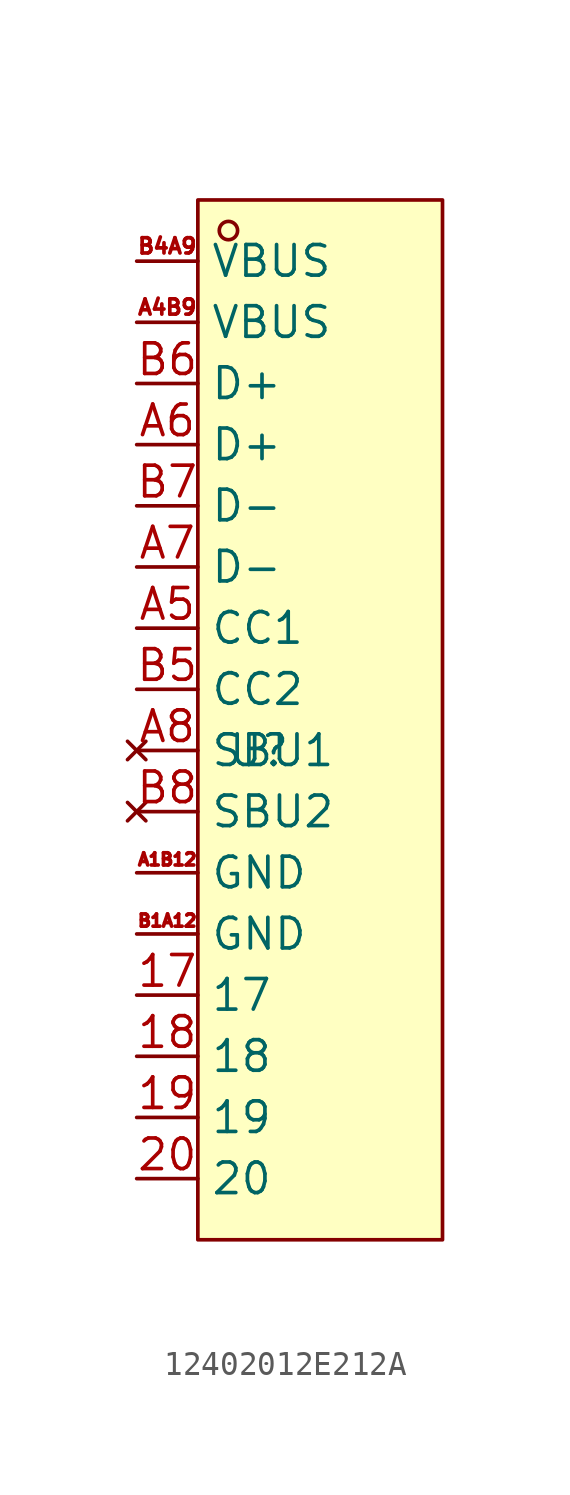
<source format=kicad_sym>
(kicad_symbol_lib
  (version 20241209)
  (generator "kicad_symbol_editor")
  (generator_version "9.0")
  (symbol "12402012E212A"
    (property "Reference" "U"
      (at 0 0 0)
      (effects (font (size 1.27 1.27))))
    (property "Value" ""
      (at 0 0 0)
      (effects (font (size 1.27 1.27))))
    (symbol "12402012E212A_1_0"
      (rectangle (start -2.54 22.86) (end 7.62 -20.32) (stroke (width 0) (type solid)) (fill (type background)))
      (circle (center -1.27 21.59) (radius 0.381) (stroke (width 0) (type default)) (fill (type none)))
      (pin passive line (at -5.08 20.32 0) (length 2.54) (name "VBUS" (effects (font (size 1.27 1.27)))) (number "B4A9" (effects (font (size 0.635 0.635)))))
      (pin passive line (at -5.08 17.78 0) (length 2.54) (name "VBUS" (effects (font (size 1.27 1.27)))) (number "A4B9" (effects (font (size 0.635 0.635)))))
      (pin bidirectional line (at -5.08 15.24 0) (length 2.54) (name "D+" (effects (font (size 1.27 1.27)))) (number "B6" (effects (font (size 1.27 1.27)))))
      (pin bidirectional line (at -5.08 12.7 0) (length 2.54) (name "D+" (effects (font (size 1.27 1.27)))) (number "A6" (effects (font (size 1.27 1.27)))))
      (pin bidirectional line (at -5.08 10.16 0) (length 2.54) (name "D-" (effects (font (size 1.27 1.27)))) (number "B7" (effects (font (size 1.27 1.27)))))
      (pin bidirectional line (at -5.08 7.62 0) (length 2.54) (name "D-" (effects (font (size 1.27 1.27)))) (number "A7" (effects (font (size 1.27 1.27)))))
      (pin bidirectional line (at -5.08 5.08 0) (length 2.54) (name "CC1" (effects (font (size 1.27 1.27)))) (number "A5" (effects (font (size 1.27 1.27)))))
      (pin bidirectional line (at -5.08 2.54 0) (length 2.54) (name "CC2" (effects (font (size 1.27 1.27)))) (number "B5" (effects (font (size 1.27 1.27)))))
      (pin no_connect line (at -5.08 0 0) (length 2.54) (name "SBU1" (effects (font (size 1.27 1.27)))) (number "A8" (effects (font (size 1.27 1.27)))))
      (pin no_connect line (at -5.08 -2.54 0) (length 2.54) (name "SBU2" (effects (font (size 1.27 1.27)))) (number "B8" (effects (font (size 1.27 1.27)))))
      (pin passive line (at -5.08 -5.08 0) (length 2.54) (name "GND" (effects (font (size 1.27 1.27)))) (number "A1B12" (effects (font (size 0.508 0.508)))))
      (pin passive line (at -5.08 -7.62 0) (length 2.54) (name "GND" (effects (font (size 1.27 1.27)))) (number "B1A12" (effects (font (size 0.508 0.508)))))
      (pin passive line (at -5.08 -10.16 0) (length 2.54) (name "17" (effects (font (size 1.27 1.27)))) (number "17" (effects (font (size 1.27 1.27)))))
      (pin passive line (at -5.08 -12.7 0) (length 2.54) (name "18" (effects (font (size 1.27 1.27)))) (number "18" (effects (font (size 1.27 1.27)))))
      (pin passive line (at -5.08 -15.24 0) (length 2.54) (name "19" (effects (font (size 1.27 1.27)))) (number "19" (effects (font (size 1.27 1.27)))))
      (pin passive line (at -5.08 -17.78 0) (length 2.54) (name "20" (effects (font (size 1.27 1.27)))) (number "20" (effects (font (size 1.27 1.27))))))))
</source>
